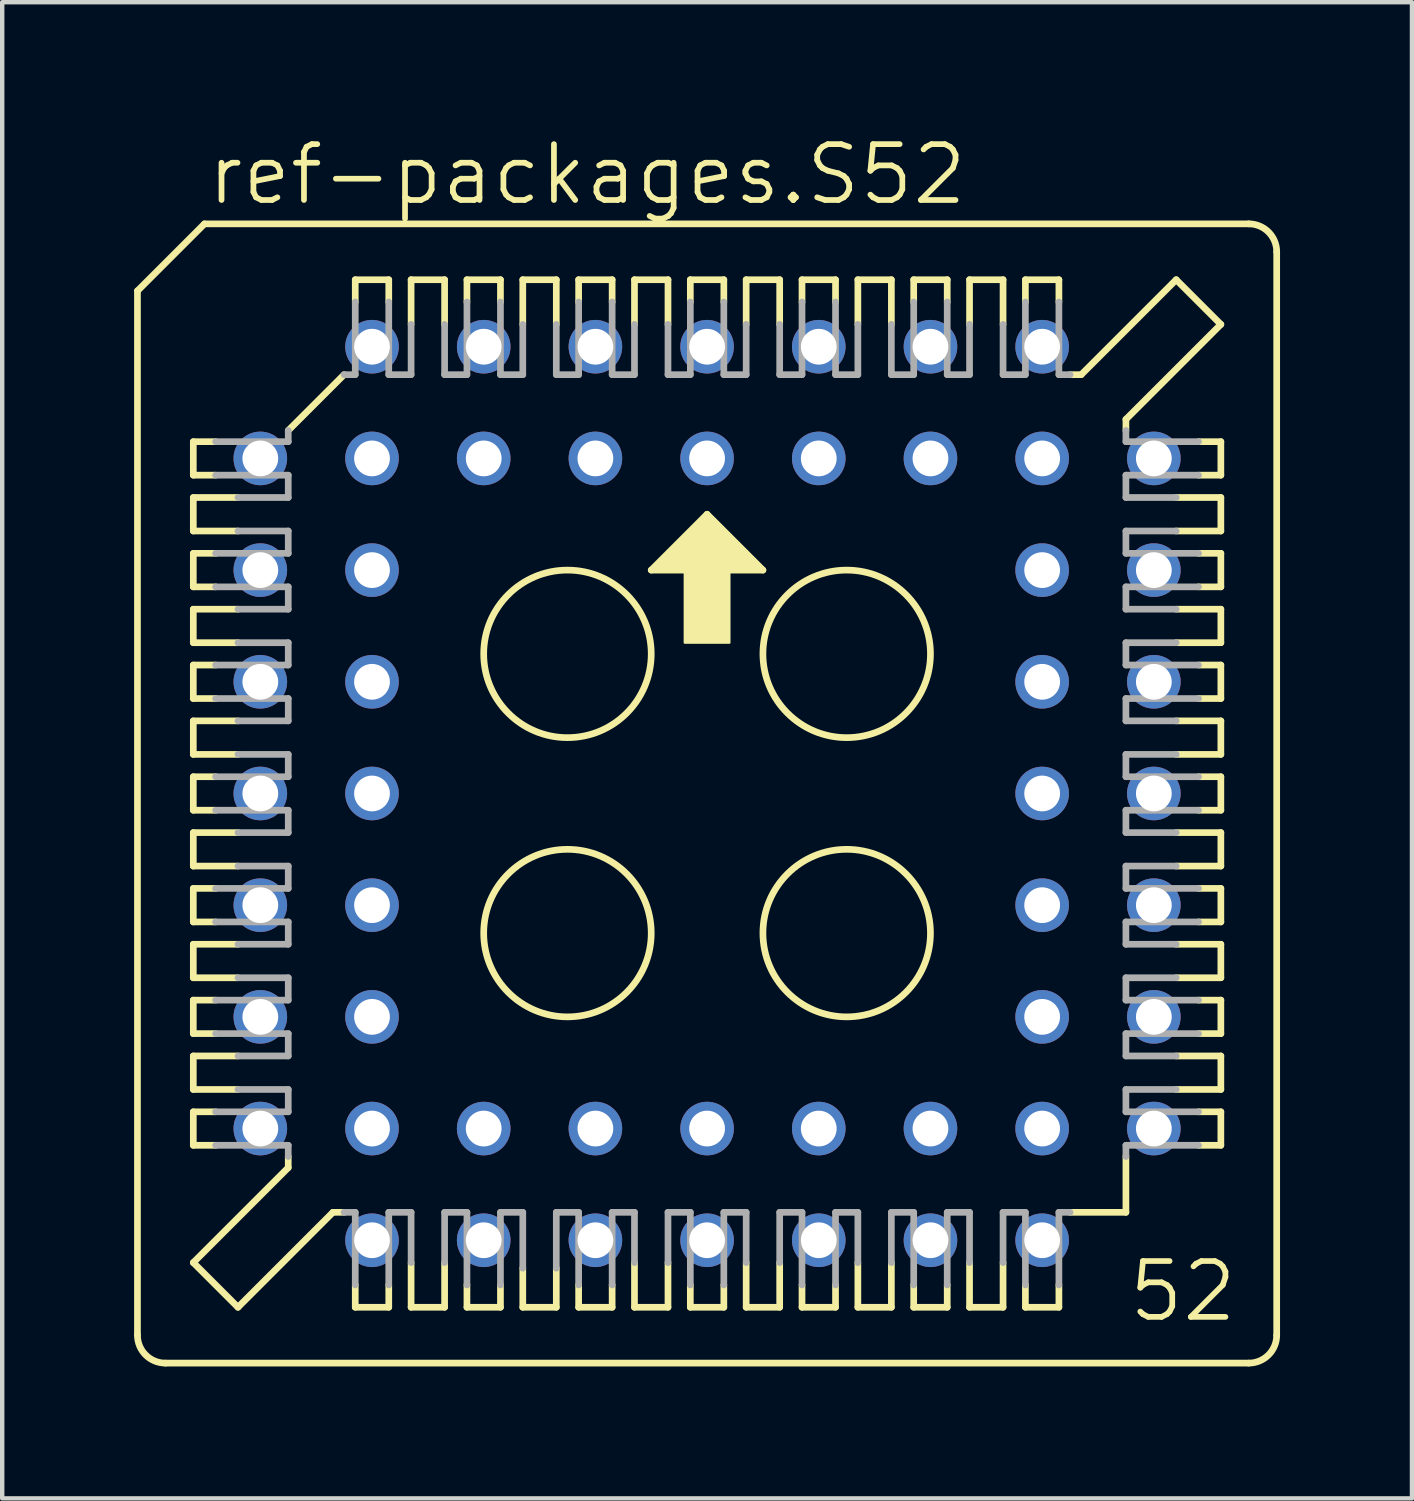
<source format=kicad_pcb>
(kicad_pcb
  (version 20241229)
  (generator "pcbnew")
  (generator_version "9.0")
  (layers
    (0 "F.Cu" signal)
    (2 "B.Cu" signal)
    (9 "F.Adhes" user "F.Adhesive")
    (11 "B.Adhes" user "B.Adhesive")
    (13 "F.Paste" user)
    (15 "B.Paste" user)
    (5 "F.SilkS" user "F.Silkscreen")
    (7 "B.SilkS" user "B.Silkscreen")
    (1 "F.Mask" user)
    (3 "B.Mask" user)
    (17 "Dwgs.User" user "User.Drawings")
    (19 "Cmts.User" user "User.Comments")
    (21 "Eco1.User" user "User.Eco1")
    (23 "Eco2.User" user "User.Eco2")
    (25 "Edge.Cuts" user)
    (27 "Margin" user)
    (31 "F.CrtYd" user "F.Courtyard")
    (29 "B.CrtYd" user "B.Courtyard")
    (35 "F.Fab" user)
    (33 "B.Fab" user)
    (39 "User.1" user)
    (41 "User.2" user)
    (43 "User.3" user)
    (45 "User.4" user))
  (footprint "ref-packages.S52"
    (layer "F.Cu")
    (at 13.03 14.995)
    (property "Reference" "ref-packages.S52" (at -11.43 -13.335 0) (layer "F.SilkS") (effects (font (size 1.27 1.27) (thickness 0.13)) (justify left bottom)))
    (attr through_hole)
    (fp_line (start -12.954 -11.43) (end -12.954 12.319) (stroke (width 0.152) (type default)) (layer "F.SilkS"))
    (fp_line (start -11.684 -8.001) (end -11.684 -7.239) (stroke (width 0.152) (type default)) (layer "F.SilkS"))
    (fp_line (start -11.684 -7.239) (end -11.176 -7.239) (stroke (width 0.152) (type default)) (layer "F.SilkS"))
    (fp_line (start -11.684 -6.731) (end -11.684 -5.969) (stroke (width 0.152) (type default)) (layer "F.SilkS"))
    (fp_line (start -11.684 -5.969) (end -10.668 -5.969) (stroke (width 0.152) (type default)) (layer "F.SilkS"))
    (fp_line (start -11.684 -5.461) (end -11.684 -4.699) (stroke (width 0.152) (type default)) (layer "F.SilkS"))
    (fp_line (start -11.684 -4.699) (end -11.176 -4.699) (stroke (width 0.152) (type default)) (layer "F.SilkS"))
    (fp_line (start -11.684 -4.191) (end -11.684 -3.429) (stroke (width 0.152) (type default)) (layer "F.SilkS"))
    (fp_line (start -11.684 -3.429) (end -10.668 -3.429) (stroke (width 0.152) (type default)) (layer "F.SilkS"))
    (fp_line (start -11.684 -2.921) (end -11.684 -2.159) (stroke (width 0.152) (type default)) (layer "F.SilkS"))
    (fp_line (start -11.684 -2.159) (end -11.176 -2.159) (stroke (width 0.152) (type default)) (layer "F.SilkS"))
    (fp_line (start -11.684 -1.651) (end -10.668 -1.651) (stroke (width 0.152) (type default)) (layer "F.SilkS"))
    (fp_line (start -11.684 -0.889) (end -11.684 -1.651) (stroke (width 0.152) (type default)) (layer "F.SilkS"))
    (fp_line (start -11.684 -0.381) (end -11.176 -0.381) (stroke (width 0.152) (type default)) (layer "F.SilkS"))
    (fp_line (start -11.684 0.381) (end -11.684 -0.381) (stroke (width 0.152) (type default)) (layer "F.SilkS"))
    (fp_line (start -11.684 0.889) (end -10.668 0.889) (stroke (width 0.152) (type default)) (layer "F.SilkS"))
    (fp_line (start -11.684 1.651) (end -11.684 0.889) (stroke (width 0.152) (type default)) (layer "F.SilkS"))
    (fp_line (start -11.684 2.159) (end -11.176 2.159) (stroke (width 0.152) (type default)) (layer "F.SilkS"))
    (fp_line (start -11.684 2.921) (end -11.684 2.159) (stroke (width 0.152) (type default)) (layer "F.SilkS"))
    (fp_line (start -11.684 3.429) (end -10.668 3.429) (stroke (width 0.152) (type default)) (layer "F.SilkS"))
    (fp_line (start -11.684 4.191) (end -11.684 3.429) (stroke (width 0.152) (type default)) (layer "F.SilkS"))
    (fp_line (start -11.684 4.699) (end -11.176 4.699) (stroke (width 0.152) (type default)) (layer "F.SilkS"))
    (fp_line (start -11.684 5.461) (end -11.684 4.699) (stroke (width 0.152) (type default)) (layer "F.SilkS"))
    (fp_line (start -11.684 5.969) (end -11.684 6.731) (stroke (width 0.152) (type default)) (layer "F.SilkS"))
    (fp_line (start -11.684 6.731) (end -10.668 6.731) (stroke (width 0.152) (type default)) (layer "F.SilkS"))
    (fp_line (start -11.684 7.239) (end -11.176 7.239) (stroke (width 0.152) (type default)) (layer "F.SilkS"))
    (fp_line (start -11.684 8.001) (end -11.684 7.239) (stroke (width 0.152) (type default)) (layer "F.SilkS"))
    (fp_line (start -11.684 10.668) (end -9.525 8.509) (stroke (width 0.152) (type default)) (layer "F.SilkS"))
    (fp_line (start -11.43 -12.954) (end -12.954 -11.43) (stroke (width 0.152) (type default)) (layer "F.SilkS"))
    (fp_line (start -11.176 -8.001) (end -11.684 -8.001) (stroke (width 0.152) (type default)) (layer "F.SilkS"))
    (fp_line (start -11.176 -5.461) (end -11.684 -5.461) (stroke (width 0.152) (type default)) (layer "F.SilkS"))
    (fp_line (start -11.176 -2.921) (end -11.684 -2.921) (stroke (width 0.152) (type default)) (layer "F.SilkS"))
    (fp_line (start -11.176 0.381) (end -11.684 0.381) (stroke (width 0.152) (type default)) (layer "F.SilkS"))
    (fp_line (start -11.176 2.921) (end -11.684 2.921) (stroke (width 0.152) (type default)) (layer "F.SilkS"))
    (fp_line (start -11.176 5.461) (end -11.684 5.461) (stroke (width 0.152) (type default)) (layer "F.SilkS"))
    (fp_line (start -11.176 8.001) (end -11.684 8.001) (stroke (width 0.152) (type default)) (layer "F.SilkS"))
    (fp_line (start -10.668 -6.731) (end -11.684 -6.731) (stroke (width 0.152) (type default)) (layer "F.SilkS"))
    (fp_line (start -10.668 -4.191) (end -11.684 -4.191) (stroke (width 0.152) (type default)) (layer "F.SilkS"))
    (fp_line (start -10.668 -0.889) (end -11.684 -0.889) (stroke (width 0.152) (type default)) (layer "F.SilkS"))
    (fp_line (start -10.668 1.651) (end -11.684 1.651) (stroke (width 0.152) (type default)) (layer "F.SilkS"))
    (fp_line (start -10.668 4.191) (end -11.684 4.191) (stroke (width 0.152) (type default)) (layer "F.SilkS"))
    (fp_line (start -10.668 5.969) (end -11.684 5.969) (stroke (width 0.152) (type default)) (layer "F.SilkS"))
    (fp_line (start -10.668 11.684) (end -11.684 10.668) (stroke (width 0.152) (type default)) (layer "F.SilkS"))
    (fp_line (start -10.668 11.684) (end -8.509 9.525) (stroke (width 0.152) (type default)) (layer "F.SilkS"))
    (fp_line (start -9.525 -8.255) (end -8.255 -9.525) (stroke (width 0.152) (type default)) (layer "F.SilkS"))
    (fp_line (start -9.525 8.509) (end -9.525 8.255) (stroke (width 0.152) (type default)) (layer "F.SilkS"))
    (fp_line (start -8.509 9.525) (end -8.255 9.525) (stroke (width 0.152) (type default)) (layer "F.SilkS"))
    (fp_line (start -8.001 -11.684) (end -8.001 -11.176) (stroke (width 0.152) (type default)) (layer "F.SilkS"))
    (fp_line (start -8.001 11.176) (end -8.001 11.684) (stroke (width 0.152) (type default)) (layer "F.SilkS"))
    (fp_line (start -8.001 11.684) (end -7.239 11.684) (stroke (width 0.152) (type default)) (layer "F.SilkS"))
    (fp_line (start -7.239 -11.684) (end -8.001 -11.684) (stroke (width 0.152) (type default)) (layer "F.SilkS"))
    (fp_line (start -7.239 -11.176) (end -7.239 -11.684) (stroke (width 0.152) (type default)) (layer "F.SilkS"))
    (fp_line (start -7.239 11.684) (end -7.239 11.176) (stroke (width 0.152) (type default)) (layer "F.SilkS"))
    (fp_line (start -6.731 -11.684) (end -6.731 -10.668) (stroke (width 0.152) (type default)) (layer "F.SilkS"))
    (fp_line (start -6.731 10.668) (end -6.731 11.684) (stroke (width 0.152) (type default)) (layer "F.SilkS"))
    (fp_line (start -6.731 11.684) (end -5.969 11.684) (stroke (width 0.152) (type default)) (layer "F.SilkS"))
    (fp_line (start -5.969 -11.684) (end -6.731 -11.684) (stroke (width 0.152) (type default)) (layer "F.SilkS"))
    (fp_line (start -5.969 -10.668) (end -5.969 -11.684) (stroke (width 0.152) (type default)) (layer "F.SilkS"))
    (fp_line (start -5.969 11.684) (end -5.969 10.668) (stroke (width 0.152) (type default)) (layer "F.SilkS"))
    (fp_line (start -5.461 -11.684) (end -5.461 -11.176) (stroke (width 0.152) (type default)) (layer "F.SilkS"))
    (fp_line (start -5.461 11.176) (end -5.461 11.684) (stroke (width 0.152) (type default)) (layer "F.SilkS"))
    (fp_line (start -5.461 11.684) (end -4.699 11.684) (stroke (width 0.152) (type default)) (layer "F.SilkS"))
    (fp_line (start -4.699 -11.684) (end -5.461 -11.684) (stroke (width 0.152) (type default)) (layer "F.SilkS"))
    (fp_line (start -4.699 -11.176) (end -4.699 -11.684) (stroke (width 0.152) (type default)) (layer "F.SilkS"))
    (fp_line (start -4.699 11.684) (end -4.699 11.176) (stroke (width 0.152) (type default)) (layer "F.SilkS"))
    (fp_line (start -4.191 -11.684) (end -4.191 -10.668) (stroke (width 0.152) (type default)) (layer "F.SilkS"))
    (fp_line (start -4.191 10.795) (end -4.191 11.684) (stroke (width 0.152) (type default)) (layer "F.SilkS"))
    (fp_line (start -4.191 11.684) (end -3.429 11.684) (stroke (width 0.152) (type default)) (layer "F.SilkS"))
    (fp_line (start -3.429 -11.684) (end -4.191 -11.684) (stroke (width 0.152) (type default)) (layer "F.SilkS"))
    (fp_line (start -3.429 -10.668) (end -3.429 -11.684) (stroke (width 0.152) (type default)) (layer "F.SilkS"))
    (fp_line (start -3.429 11.684) (end -3.429 10.795) (stroke (width 0.152) (type default)) (layer "F.SilkS"))
    (fp_line (start -2.921 -11.684) (end -2.921 -11.176) (stroke (width 0.152) (type default)) (layer "F.SilkS"))
    (fp_line (start -2.921 11.176) (end -2.921 11.684) (stroke (width 0.152) (type default)) (layer "F.SilkS"))
    (fp_line (start -2.921 11.684) (end -2.159 11.684) (stroke (width 0.152) (type default)) (layer "F.SilkS"))
    (fp_line (start -2.159 -11.684) (end -2.921 -11.684) (stroke (width 0.152) (type default)) (layer "F.SilkS"))
    (fp_line (start -2.159 -11.176) (end -2.159 -11.684) (stroke (width 0.152) (type default)) (layer "F.SilkS"))
    (fp_line (start -2.159 11.684) (end -2.159 11.176) (stroke (width 0.152) (type default)) (layer "F.SilkS"))
    (fp_line (start -1.651 -11.684) (end -1.651 -10.668) (stroke (width 0.152) (type default)) (layer "F.SilkS"))
    (fp_line (start -1.651 10.668) (end -1.651 11.684) (stroke (width 0.152) (type default)) (layer "F.SilkS"))
    (fp_line (start -1.651 11.684) (end -0.889 11.684) (stroke (width 0.152) (type default)) (layer "F.SilkS"))
    (fp_line (start -1.27 -5.08) (end 1.27 -5.08) (stroke (width 0.152) (type default)) (layer "F.SilkS"))
    (fp_line (start -0.889 -11.684) (end -1.651 -11.684) (stroke (width 0.152) (type default)) (layer "F.SilkS"))
    (fp_line (start -0.889 -10.668) (end -0.889 -11.684) (stroke (width 0.152) (type default)) (layer "F.SilkS"))
    (fp_line (start -0.889 11.684) (end -0.889 10.668) (stroke (width 0.152) (type default)) (layer "F.SilkS"))
    (fp_line (start -0.381 -11.684) (end -0.381 -11.176) (stroke (width 0.152) (type default)) (layer "F.SilkS"))
    (fp_line (start -0.381 11.176) (end -0.381 11.684) (stroke (width 0.152) (type default)) (layer "F.SilkS"))
    (fp_line (start -0.381 11.684) (end 0.381 11.684) (stroke (width 0.152) (type default)) (layer "F.SilkS"))
    (fp_line (start 0 -6.35) (end -1.27 -5.08) (stroke (width 0.152) (type default)) (layer "F.SilkS"))
    (fp_line (start 0.381 -11.684) (end -0.381 -11.684) (stroke (width 0.152) (type default)) (layer "F.SilkS"))
    (fp_line (start 0.381 -11.176) (end 0.381 -11.684) (stroke (width 0.152) (type default)) (layer "F.SilkS"))
    (fp_line (start 0.381 11.684) (end 0.381 11.176) (stroke (width 0.152) (type default)) (layer "F.SilkS"))
    (fp_line (start 0.889 -11.684) (end 0.889 -10.668) (stroke (width 0.152) (type default)) (layer "F.SilkS"))
    (fp_line (start 0.889 10.668) (end 0.889 11.684) (stroke (width 0.152) (type default)) (layer "F.SilkS"))
    (fp_line (start 0.889 11.684) (end 1.651 11.684) (stroke (width 0.152) (type default)) (layer "F.SilkS"))
    (fp_line (start 1.27 -5.08) (end 0 -6.35) (stroke (width 0.152) (type default)) (layer "F.SilkS"))
    (fp_line (start 1.651 -11.684) (end 0.889 -11.684) (stroke (width 0.152) (type default)) (layer "F.SilkS"))
    (fp_line (start 1.651 -10.668) (end 1.651 -11.684) (stroke (width 0.152) (type default)) (layer "F.SilkS"))
    (fp_line (start 1.651 11.684) (end 1.651 10.668) (stroke (width 0.152) (type default)) (layer "F.SilkS"))
    (fp_line (start 2.159 -11.684) (end 2.159 -11.176) (stroke (width 0.152) (type default)) (layer "F.SilkS"))
    (fp_line (start 2.159 11.176) (end 2.159 11.684) (stroke (width 0.152) (type default)) (layer "F.SilkS"))
    (fp_line (start 2.159 11.684) (end 2.921 11.684) (stroke (width 0.152) (type default)) (layer "F.SilkS"))
    (fp_line (start 2.921 -11.684) (end 2.159 -11.684) (stroke (width 0.152) (type default)) (layer "F.SilkS"))
    (fp_line (start 2.921 -11.176) (end 2.921 -11.684) (stroke (width 0.152) (type default)) (layer "F.SilkS"))
    (fp_line (start 2.921 11.684) (end 2.921 11.176) (stroke (width 0.152) (type default)) (layer "F.SilkS"))
    (fp_line (start 3.429 -11.684) (end 3.429 -10.668) (stroke (width 0.152) (type default)) (layer "F.SilkS"))
    (fp_line (start 3.429 10.668) (end 3.429 11.684) (stroke (width 0.152) (type default)) (layer "F.SilkS"))
    (fp_line (start 3.429 11.684) (end 4.191 11.684) (stroke (width 0.152) (type default)) (layer "F.SilkS"))
    (fp_line (start 4.191 -11.684) (end 3.429 -11.684) (stroke (width 0.152) (type default)) (layer "F.SilkS"))
    (fp_line (start 4.191 -10.668) (end 4.191 -11.684) (stroke (width 0.152) (type default)) (layer "F.SilkS"))
    (fp_line (start 4.191 11.684) (end 4.191 10.668) (stroke (width 0.152) (type default)) (layer "F.SilkS"))
    (fp_line (start 4.699 -11.684) (end 4.699 -11.176) (stroke (width 0.152) (type default)) (layer "F.SilkS"))
    (fp_line (start 4.699 11.176) (end 4.699 11.684) (stroke (width 0.152) (type default)) (layer "F.SilkS"))
    (fp_line (start 4.699 11.684) (end 5.461 11.684) (stroke (width 0.152) (type default)) (layer "F.SilkS"))
    (fp_line (start 5.461 -11.684) (end 4.699 -11.684) (stroke (width 0.152) (type default)) (layer "F.SilkS"))
    (fp_line (start 5.461 -11.176) (end 5.461 -11.684) (stroke (width 0.152) (type default)) (layer "F.SilkS"))
    (fp_line (start 5.461 11.684) (end 5.461 11.176) (stroke (width 0.152) (type default)) (layer "F.SilkS"))
    (fp_line (start 5.969 -11.684) (end 5.969 -10.668) (stroke (width 0.152) (type default)) (layer "F.SilkS"))
    (fp_line (start 5.969 10.668) (end 5.969 11.684) (stroke (width 0.152) (type default)) (layer "F.SilkS"))
    (fp_line (start 5.969 11.684) (end 6.731 11.684) (stroke (width 0.152) (type default)) (layer "F.SilkS"))
    (fp_line (start 6.731 -11.684) (end 5.969 -11.684) (stroke (width 0.152) (type default)) (layer "F.SilkS"))
    (fp_line (start 6.731 -10.668) (end 6.731 -11.684) (stroke (width 0.152) (type default)) (layer "F.SilkS"))
    (fp_line (start 6.731 11.684) (end 6.731 10.668) (stroke (width 0.152) (type default)) (layer "F.SilkS"))
    (fp_line (start 7.239 -11.684) (end 7.239 -11.176) (stroke (width 0.152) (type default)) (layer "F.SilkS"))
    (fp_line (start 7.239 11.176) (end 7.239 11.684) (stroke (width 0.152) (type default)) (layer "F.SilkS"))
    (fp_line (start 7.239 11.684) (end 8.001 11.684) (stroke (width 0.152) (type default)) (layer "F.SilkS"))
    (fp_line (start 8.001 -11.684) (end 7.239 -11.684) (stroke (width 0.152) (type default)) (layer "F.SilkS"))
    (fp_line (start 8.001 -11.176) (end 8.001 -11.684) (stroke (width 0.152) (type default)) (layer "F.SilkS"))
    (fp_line (start 8.001 11.684) (end 8.001 11.176) (stroke (width 0.152) (type default)) (layer "F.SilkS"))
    (fp_line (start 8.255 9.525) (end 9.525 9.525) (stroke (width 0.152) (type default)) (layer "F.SilkS"))
    (fp_line (start 8.509 -9.525) (end 8.255 -9.525) (stroke (width 0.152) (type default)) (layer "F.SilkS"))
    (fp_line (start 9.525 -8.509) (end 9.525 -8.255) (stroke (width 0.152) (type default)) (layer "F.SilkS"))
    (fp_line (start 9.525 9.525) (end 9.525 8.255) (stroke (width 0.152) (type default)) (layer "F.SilkS"))
    (fp_line (start 10.668 -11.684) (end 8.509 -9.525) (stroke (width 0.152) (type default)) (layer "F.SilkS"))
    (fp_line (start 10.668 -5.969) (end 11.684 -5.969) (stroke (width 0.152) (type default)) (layer "F.SilkS"))
    (fp_line (start 10.668 -4.191) (end 11.684 -4.191) (stroke (width 0.152) (type default)) (layer "F.SilkS"))
    (fp_line (start 10.668 -1.651) (end 11.684 -1.651) (stroke (width 0.152) (type default)) (layer "F.SilkS"))
    (fp_line (start 10.668 0.889) (end 11.684 0.889) (stroke (width 0.152) (type default)) (layer "F.SilkS"))
    (fp_line (start 10.668 4.191) (end 11.684 4.191) (stroke (width 0.152) (type default)) (layer "F.SilkS"))
    (fp_line (start 10.668 6.731) (end 11.684 6.731) (stroke (width 0.152) (type default)) (layer "F.SilkS"))
    (fp_line (start 11.176 -8.001) (end 11.684 -8.001) (stroke (width 0.152) (type default)) (layer "F.SilkS"))
    (fp_line (start 11.176 -5.461) (end 11.684 -5.461) (stroke (width 0.152) (type default)) (layer "F.SilkS"))
    (fp_line (start 11.176 -2.921) (end 11.684 -2.921) (stroke (width 0.152) (type default)) (layer "F.SilkS"))
    (fp_line (start 11.176 -0.381) (end 11.684 -0.381) (stroke (width 0.152) (type default)) (layer "F.SilkS"))
    (fp_line (start 11.176 2.921) (end 11.684 2.921) (stroke (width 0.152) (type default)) (layer "F.SilkS"))
    (fp_line (start 11.176 5.461) (end 11.684 5.461) (stroke (width 0.152) (type default)) (layer "F.SilkS"))
    (fp_line (start 11.176 8.001) (end 11.684 8.001) (stroke (width 0.152) (type default)) (layer "F.SilkS"))
    (fp_line (start 11.684 -10.668) (end 9.525 -8.509) (stroke (width 0.152) (type default)) (layer "F.SilkS"))
    (fp_line (start 11.684 -10.668) (end 10.668 -11.684) (stroke (width 0.152) (type default)) (layer "F.SilkS"))
    (fp_line (start 11.684 -8.001) (end 11.684 -7.239) (stroke (width 0.152) (type default)) (layer "F.SilkS"))
    (fp_line (start 11.684 -7.239) (end 11.176 -7.239) (stroke (width 0.152) (type default)) (layer "F.SilkS"))
    (fp_line (start 11.684 -6.731) (end 10.668 -6.731) (stroke (width 0.152) (type default)) (layer "F.SilkS"))
    (fp_line (start 11.684 -5.969) (end 11.684 -6.731) (stroke (width 0.152) (type default)) (layer "F.SilkS"))
    (fp_line (start 11.684 -5.461) (end 11.684 -4.699) (stroke (width 0.152) (type default)) (layer "F.SilkS"))
    (fp_line (start 11.684 -4.699) (end 11.176 -4.699) (stroke (width 0.152) (type default)) (layer "F.SilkS"))
    (fp_line (start 11.684 -4.191) (end 11.684 -3.429) (stroke (width 0.152) (type default)) (layer "F.SilkS"))
    (fp_line (start 11.684 -3.429) (end 10.668 -3.429) (stroke (width 0.152) (type default)) (layer "F.SilkS"))
    (fp_line (start 11.684 -2.921) (end 11.684 -2.159) (stroke (width 0.152) (type default)) (layer "F.SilkS"))
    (fp_line (start 11.684 -2.159) (end 11.176 -2.159) (stroke (width 0.152) (type default)) (layer "F.SilkS"))
    (fp_line (start 11.684 -1.651) (end 11.684 -0.889) (stroke (width 0.152) (type default)) (layer "F.SilkS"))
    (fp_line (start 11.684 -0.889) (end 10.668 -0.889) (stroke (width 0.152) (type default)) (layer "F.SilkS"))
    (fp_line (start 11.684 -0.381) (end 11.684 0.381) (stroke (width 0.152) (type default)) (layer "F.SilkS"))
    (fp_line (start 11.684 0.381) (end 11.176 0.381) (stroke (width 0.152) (type default)) (layer "F.SilkS"))
    (fp_line (start 11.684 0.889) (end 11.684 1.651) (stroke (width 0.152) (type default)) (layer "F.SilkS"))
    (fp_line (start 11.684 1.651) (end 10.668 1.651) (stroke (width 0.152) (type default)) (layer "F.SilkS"))
    (fp_line (start 11.684 2.159) (end 11.176 2.159) (stroke (width 0.152) (type default)) (layer "F.SilkS"))
    (fp_line (start 11.684 2.921) (end 11.684 2.159) (stroke (width 0.152) (type default)) (layer "F.SilkS"))
    (fp_line (start 11.684 3.429) (end 10.668 3.429) (stroke (width 0.152) (type default)) (layer "F.SilkS"))
    (fp_line (start 11.684 4.191) (end 11.684 3.429) (stroke (width 0.152) (type default)) (layer "F.SilkS"))
    (fp_line (start 11.684 4.699) (end 11.176 4.699) (stroke (width 0.152) (type default)) (layer "F.SilkS"))
    (fp_line (start 11.684 5.461) (end 11.684 4.699) (stroke (width 0.152) (type default)) (layer "F.SilkS"))
    (fp_line (start 11.684 5.969) (end 10.668 5.969) (stroke (width 0.152) (type default)) (layer "F.SilkS"))
    (fp_line (start 11.684 6.731) (end 11.684 5.969) (stroke (width 0.152) (type default)) (layer "F.SilkS"))
    (fp_line (start 11.684 7.239) (end 11.176 7.239) (stroke (width 0.152) (type default)) (layer "F.SilkS"))
    (fp_line (start 11.684 8.001) (end 11.684 7.239) (stroke (width 0.152) (type default)) (layer "F.SilkS"))
    (fp_line (start 12.319 -12.954) (end -11.43 -12.954) (stroke (width 0.152) (type default)) (layer "F.SilkS"))
    (fp_line (start 12.319 12.954) (end -12.319 12.954) (stroke (width 0.152) (type default)) (layer "F.SilkS"))
    (fp_line (start 12.954 -12.319) (end 12.954 12.319) (stroke (width 0.152) (type default)) (layer "F.SilkS"))
    (fp_rect (start -1.143 -5.08) (end -0.889 -5.207) (stroke (width 0.05) (type default)) (fill yes) (layer "F.SilkS"))
    (fp_rect (start -1.016 -5.207) (end -0.889 -5.334) (stroke (width 0.05) (type default)) (fill yes) (layer "F.SilkS"))
    (fp_rect (start -0.889 -5.08) (end 0.889 -5.461) (stroke (width 0.05) (type default)) (fill yes) (layer "F.SilkS"))
    (fp_rect (start -0.762 -5.461) (end -0.635 -5.588) (stroke (width 0.05) (type default)) (fill yes) (layer "F.SilkS"))
    (fp_rect (start -0.635 -5.461) (end 0.635 -5.715) (stroke (width 0.05) (type default)) (fill yes) (layer "F.SilkS"))
    (fp_rect (start -0.508 -5.715) (end -0.381 -5.842) (stroke (width 0.05) (type default)) (fill yes) (layer "F.SilkS"))
    (fp_rect (start -0.508 -3.429) (end 0.508 -5.334) (stroke (width 0.05) (type default)) (fill yes) (layer "F.SilkS"))
    (fp_rect (start -0.381 -5.715) (end 0.381 -5.969) (stroke (width 0.05) (type default)) (fill yes) (layer "F.SilkS"))
    (fp_rect (start -0.254 -5.969) (end -0.127 -6.096) (stroke (width 0.05) (type default)) (fill yes) (layer "F.SilkS"))
    (fp_rect (start -0.127 -5.969) (end 0.127 -6.223) (stroke (width 0.05) (type default)) (fill yes) (layer "F.SilkS"))
    (fp_rect (start 0.127 -5.969) (end 0.254 -6.096) (stroke (width 0.05) (type default)) (fill yes) (layer "F.SilkS"))
    (fp_rect (start 0.381 -5.715) (end 0.508 -5.842) (stroke (width 0.05) (type default)) (fill yes) (layer "F.SilkS"))
    (fp_rect (start 0.635 -5.461) (end 0.762 -5.588) (stroke (width 0.05) (type default)) (fill yes) (layer "F.SilkS"))
    (fp_rect (start 0.889 -5.207) (end 1.016 -5.334) (stroke (width 0.05) (type default)) (fill yes) (layer "F.SilkS"))
    (fp_rect (start 0.889 -5.08) (end 1.143 -5.207) (stroke (width 0.05) (type default)) (fill yes) (layer "F.SilkS"))
    (fp_arc (start -12.319 12.954) (mid -12.768013 12.768013) (end -12.954 12.319) (stroke (width 0.1524) (type default)) (layer "F.SilkS"))
    (fp_arc (start 12.319 -12.954) (mid 12.768013 -12.768013) (end 12.954 -12.319) (stroke (width 0.1524) (type default)) (layer "F.SilkS"))
    (fp_arc (start 12.954 12.319) (mid 12.768013 12.768013) (end 12.319 12.954) (stroke (width 0.1524) (type default)) (layer "F.SilkS"))
    (fp_circle (center -3.175 -3.175) (end -1.27 -3.175) (stroke (width 0.152) (type default)) (fill no) (layer "F.SilkS"))
    (fp_circle (center -3.175 3.175) (end -1.27 3.175) (stroke (width 0.152) (type default)) (fill no) (layer "F.SilkS"))
    (fp_circle (center 3.175 -3.175) (end 5.08 -3.175) (stroke (width 0.152) (type default)) (fill no) (layer "F.SilkS"))
    (fp_circle (center 3.175 3.175) (end 5.08 3.175) (stroke (width 0.152) (type default)) (fill no) (layer "F.SilkS"))
    (fp_line (start -11.176 -8.001) (end -9.525 -8.001) (stroke (width 0.152) (type default)) (layer "F.Fab"))
    (fp_line (start -11.176 -5.461) (end -9.525 -5.461) (stroke (width 0.152) (type default)) (layer "F.Fab"))
    (fp_line (start -11.176 -2.921) (end -9.525 -2.921) (stroke (width 0.152) (type default)) (layer "F.Fab"))
    (fp_line (start -11.176 0.381) (end -9.525 0.381) (stroke (width 0.152) (type default)) (layer "F.Fab"))
    (fp_line (start -11.176 2.921) (end -9.525 2.921) (stroke (width 0.152) (type default)) (layer "F.Fab"))
    (fp_line (start -11.176 5.461) (end -9.525 5.461) (stroke (width 0.152) (type default)) (layer "F.Fab"))
    (fp_line (start -11.176 8.001) (end -9.525 8.001) (stroke (width 0.152) (type default)) (layer "F.Fab"))
    (fp_line (start -10.668 -6.731) (end -9.525 -6.731) (stroke (width 0.152) (type default)) (layer "F.Fab"))
    (fp_line (start -10.668 -4.191) (end -9.525 -4.191) (stroke (width 0.152) (type default)) (layer "F.Fab"))
    (fp_line (start -10.668 -0.889) (end -9.525 -0.889) (stroke (width 0.152) (type default)) (layer "F.Fab"))
    (fp_line (start -10.668 1.651) (end -9.525 1.651) (stroke (width 0.152) (type default)) (layer "F.Fab"))
    (fp_line (start -10.668 4.191) (end -9.525 4.191) (stroke (width 0.152) (type default)) (layer "F.Fab"))
    (fp_line (start -10.668 5.969) (end -9.525 5.969) (stroke (width 0.152) (type default)) (layer "F.Fab"))
    (fp_line (start -9.525 -8.001) (end -9.525 -8.255) (stroke (width 0.152) (type default)) (layer "F.Fab"))
    (fp_line (start -9.525 -7.239) (end -11.176 -7.239) (stroke (width 0.152) (type default)) (layer "F.Fab"))
    (fp_line (start -9.525 -7.239) (end -9.525 -6.731) (stroke (width 0.152) (type default)) (layer "F.Fab"))
    (fp_line (start -9.525 -5.969) (end -10.668 -5.969) (stroke (width 0.152) (type default)) (layer "F.Fab"))
    (fp_line (start -9.525 -5.969) (end -9.525 -5.461) (stroke (width 0.152) (type default)) (layer "F.Fab"))
    (fp_line (start -9.525 -4.699) (end -11.176 -4.699) (stroke (width 0.152) (type default)) (layer "F.Fab"))
    (fp_line (start -9.525 -4.699) (end -9.525 -4.191) (stroke (width 0.152) (type default)) (layer "F.Fab"))
    (fp_line (start -9.525 -3.429) (end -10.668 -3.429) (stroke (width 0.152) (type default)) (layer "F.Fab"))
    (fp_line (start -9.525 -3.429) (end -9.525 -2.921) (stroke (width 0.152) (type default)) (layer "F.Fab"))
    (fp_line (start -9.525 -2.159) (end -11.176 -2.159) (stroke (width 0.152) (type default)) (layer "F.Fab"))
    (fp_line (start -9.525 -2.159) (end -9.525 -1.651) (stroke (width 0.152) (type default)) (layer "F.Fab"))
    (fp_line (start -9.525 -1.651) (end -10.668 -1.651) (stroke (width 0.152) (type default)) (layer "F.Fab"))
    (fp_line (start -9.525 -0.381) (end -11.176 -0.381) (stroke (width 0.152) (type default)) (layer "F.Fab"))
    (fp_line (start -9.525 -0.381) (end -9.525 -0.889) (stroke (width 0.152) (type default)) (layer "F.Fab"))
    (fp_line (start -9.525 0.889) (end -10.668 0.889) (stroke (width 0.152) (type default)) (layer "F.Fab"))
    (fp_line (start -9.525 0.889) (end -9.525 0.381) (stroke (width 0.152) (type default)) (layer "F.Fab"))
    (fp_line (start -9.525 2.159) (end -11.176 2.159) (stroke (width 0.152) (type default)) (layer "F.Fab"))
    (fp_line (start -9.525 2.159) (end -9.525 1.651) (stroke (width 0.152) (type default)) (layer "F.Fab"))
    (fp_line (start -9.525 3.429) (end -10.668 3.429) (stroke (width 0.152) (type default)) (layer "F.Fab"))
    (fp_line (start -9.525 3.429) (end -9.525 2.921) (stroke (width 0.152) (type default)) (layer "F.Fab"))
    (fp_line (start -9.525 4.699) (end -11.176 4.699) (stroke (width 0.152) (type default)) (layer "F.Fab"))
    (fp_line (start -9.525 4.699) (end -9.525 4.191) (stroke (width 0.152) (type default)) (layer "F.Fab"))
    (fp_line (start -9.525 5.461) (end -9.525 5.969) (stroke (width 0.152) (type default)) (layer "F.Fab"))
    (fp_line (start -9.525 6.731) (end -10.668 6.731) (stroke (width 0.152) (type default)) (layer "F.Fab"))
    (fp_line (start -9.525 6.731) (end -9.525 7.239) (stroke (width 0.152) (type default)) (layer "F.Fab"))
    (fp_line (start -9.525 7.239) (end -11.176 7.239) (stroke (width 0.152) (type default)) (layer "F.Fab"))
    (fp_line (start -9.525 8.001) (end -9.525 8.255) (stroke (width 0.152) (type default)) (layer "F.Fab"))
    (fp_line (start -8.255 -9.525) (end -8.001 -9.525) (stroke (width 0.152) (type default)) (layer "F.Fab"))
    (fp_line (start -8.001 -9.525) (end -8.001 -11.176) (stroke (width 0.152) (type default)) (layer "F.Fab"))
    (fp_line (start -8.001 9.525) (end -8.255 9.525) (stroke (width 0.152) (type default)) (layer "F.Fab"))
    (fp_line (start -8.001 11.176) (end -8.001 9.525) (stroke (width 0.152) (type default)) (layer "F.Fab"))
    (fp_line (start -7.239 -11.176) (end -7.239 -9.525) (stroke (width 0.152) (type default)) (layer "F.Fab"))
    (fp_line (start -7.239 9.525) (end -7.239 11.176) (stroke (width 0.152) (type default)) (layer "F.Fab"))
    (fp_line (start -7.239 9.525) (end -6.731 9.525) (stroke (width 0.152) (type default)) (layer "F.Fab"))
    (fp_line (start -6.731 -9.525) (end -7.239 -9.525) (stroke (width 0.152) (type default)) (layer "F.Fab"))
    (fp_line (start -6.731 -9.525) (end -6.731 -10.668) (stroke (width 0.152) (type default)) (layer "F.Fab"))
    (fp_line (start -6.731 10.668) (end -6.731 9.525) (stroke (width 0.152) (type default)) (layer "F.Fab"))
    (fp_line (start -5.969 -10.668) (end -5.969 -9.525) (stroke (width 0.152) (type default)) (layer "F.Fab"))
    (fp_line (start -5.969 9.525) (end -5.969 10.668) (stroke (width 0.152) (type default)) (layer "F.Fab"))
    (fp_line (start -5.969 9.525) (end -5.461 9.525) (stroke (width 0.152) (type default)) (layer "F.Fab"))
    (fp_line (start -5.461 -9.525) (end -5.969 -9.525) (stroke (width 0.152) (type default)) (layer "F.Fab"))
    (fp_line (start -5.461 -9.525) (end -5.461 -11.176) (stroke (width 0.152) (type default)) (layer "F.Fab"))
    (fp_line (start -5.461 11.176) (end -5.461 9.525) (stroke (width 0.152) (type default)) (layer "F.Fab"))
    (fp_line (start -4.699 -11.176) (end -4.699 -9.525) (stroke (width 0.152) (type default)) (layer "F.Fab"))
    (fp_line (start -4.699 9.525) (end -4.699 11.176) (stroke (width 0.152) (type default)) (layer "F.Fab"))
    (fp_line (start -4.699 9.525) (end -4.191 9.525) (stroke (width 0.152) (type default)) (layer "F.Fab"))
    (fp_line (start -4.191 -9.525) (end -4.699 -9.525) (stroke (width 0.152) (type default)) (layer "F.Fab"))
    (fp_line (start -4.191 -9.525) (end -4.191 -10.668) (stroke (width 0.152) (type default)) (layer "F.Fab"))
    (fp_line (start -4.191 10.795) (end -4.191 9.525) (stroke (width 0.152) (type default)) (layer "F.Fab"))
    (fp_line (start -3.429 -10.668) (end -3.429 -9.525) (stroke (width 0.152) (type default)) (layer "F.Fab"))
    (fp_line (start -3.429 9.525) (end -3.429 10.795) (stroke (width 0.152) (type default)) (layer "F.Fab"))
    (fp_line (start -3.429 9.525) (end -2.921 9.525) (stroke (width 0.152) (type default)) (layer "F.Fab"))
    (fp_line (start -2.921 -9.525) (end -3.429 -9.525) (stroke (width 0.152) (type default)) (layer "F.Fab"))
    (fp_line (start -2.921 -9.525) (end -2.921 -11.176) (stroke (width 0.152) (type default)) (layer "F.Fab"))
    (fp_line (start -2.921 11.176) (end -2.921 9.525) (stroke (width 0.152) (type default)) (layer "F.Fab"))
    (fp_line (start -2.159 -11.176) (end -2.159 -9.525) (stroke (width 0.152) (type default)) (layer "F.Fab"))
    (fp_line (start -2.159 9.525) (end -2.159 11.176) (stroke (width 0.152) (type default)) (layer "F.Fab"))
    (fp_line (start -2.159 9.525) (end -1.651 9.525) (stroke (width 0.152) (type default)) (layer "F.Fab"))
    (fp_line (start -1.651 -9.525) (end -2.159 -9.525) (stroke (width 0.152) (type default)) (layer "F.Fab"))
    (fp_line (start -1.651 -9.525) (end -1.651 -10.668) (stroke (width 0.152) (type default)) (layer "F.Fab"))
    (fp_line (start -1.651 10.668) (end -1.651 9.525) (stroke (width 0.152) (type default)) (layer "F.Fab"))
    (fp_line (start -0.889 -10.668) (end -0.889 -9.525) (stroke (width 0.152) (type default)) (layer "F.Fab"))
    (fp_line (start -0.889 9.525) (end -0.889 10.668) (stroke (width 0.152) (type default)) (layer "F.Fab"))
    (fp_line (start -0.889 9.525) (end -0.381 9.525) (stroke (width 0.152) (type default)) (layer "F.Fab"))
    (fp_line (start -0.381 -9.525) (end -0.889 -9.525) (stroke (width 0.152) (type default)) (layer "F.Fab"))
    (fp_line (start -0.381 -9.525) (end -0.381 -11.176) (stroke (width 0.152) (type default)) (layer "F.Fab"))
    (fp_line (start -0.381 11.176) (end -0.381 9.525) (stroke (width 0.152) (type default)) (layer "F.Fab"))
    (fp_line (start 0.381 -11.176) (end 0.381 -9.525) (stroke (width 0.152) (type default)) (layer "F.Fab"))
    (fp_line (start 0.381 9.525) (end 0.381 11.176) (stroke (width 0.152) (type default)) (layer "F.Fab"))
    (fp_line (start 0.381 9.525) (end 0.889 9.525) (stroke (width 0.152) (type default)) (layer "F.Fab"))
    (fp_line (start 0.889 -9.525) (end 0.381 -9.525) (stroke (width 0.152) (type default)) (layer "F.Fab"))
    (fp_line (start 0.889 -9.525) (end 0.889 -10.668) (stroke (width 0.152) (type default)) (layer "F.Fab"))
    (fp_line (start 0.889 10.668) (end 0.889 9.525) (stroke (width 0.152) (type default)) (layer "F.Fab"))
    (fp_line (start 1.651 -10.668) (end 1.651 -9.525) (stroke (width 0.152) (type default)) (layer "F.Fab"))
    (fp_line (start 1.651 9.525) (end 1.651 10.668) (stroke (width 0.152) (type default)) (layer "F.Fab"))
    (fp_line (start 1.651 9.525) (end 2.159 9.525) (stroke (width 0.152) (type default)) (layer "F.Fab"))
    (fp_line (start 2.159 -9.525) (end 1.651 -9.525) (stroke (width 0.152) (type default)) (layer "F.Fab"))
    (fp_line (start 2.159 -9.525) (end 2.159 -11.176) (stroke (width 0.152) (type default)) (layer "F.Fab"))
    (fp_line (start 2.159 11.176) (end 2.159 9.525) (stroke (width 0.152) (type default)) (layer "F.Fab"))
    (fp_line (start 2.921 -11.176) (end 2.921 -9.525) (stroke (width 0.152) (type default)) (layer "F.Fab"))
    (fp_line (start 2.921 9.525) (end 2.921 11.176) (stroke (width 0.152) (type default)) (layer "F.Fab"))
    (fp_line (start 2.921 9.525) (end 3.429 9.525) (stroke (width 0.152) (type default)) (layer "F.Fab"))
    (fp_line (start 3.429 -9.525) (end 2.921 -9.525) (stroke (width 0.152) (type default)) (layer "F.Fab"))
    (fp_line (start 3.429 -9.525) (end 3.429 -10.668) (stroke (width 0.152) (type default)) (layer "F.Fab"))
    (fp_line (start 3.429 10.668) (end 3.429 9.525) (stroke (width 0.152) (type default)) (layer "F.Fab"))
    (fp_line (start 4.191 -10.668) (end 4.191 -9.525) (stroke (width 0.152) (type default)) (layer "F.Fab"))
    (fp_line (start 4.191 9.525) (end 4.191 10.668) (stroke (width 0.152) (type default)) (layer "F.Fab"))
    (fp_line (start 4.191 9.525) (end 4.699 9.525) (stroke (width 0.152) (type default)) (layer "F.Fab"))
    (fp_line (start 4.699 -9.525) (end 4.191 -9.525) (stroke (width 0.152) (type default)) (layer "F.Fab"))
    (fp_line (start 4.699 -9.525) (end 4.699 -11.176) (stroke (width 0.152) (type default)) (layer "F.Fab"))
    (fp_line (start 4.699 11.176) (end 4.699 9.525) (stroke (width 0.152) (type default)) (layer "F.Fab"))
    (fp_line (start 5.461 -11.176) (end 5.461 -9.525) (stroke (width 0.152) (type default)) (layer "F.Fab"))
    (fp_line (start 5.461 9.525) (end 5.461 11.176) (stroke (width 0.152) (type default)) (layer "F.Fab"))
    (fp_line (start 5.461 9.525) (end 5.969 9.525) (stroke (width 0.152) (type default)) (layer "F.Fab"))
    (fp_line (start 5.969 -9.525) (end 5.461 -9.525) (stroke (width 0.152) (type default)) (layer "F.Fab"))
    (fp_line (start 5.969 -9.525) (end 5.969 -10.668) (stroke (width 0.152) (type default)) (layer "F.Fab"))
    (fp_line (start 5.969 10.668) (end 5.969 9.525) (stroke (width 0.152) (type default)) (layer "F.Fab"))
    (fp_line (start 6.731 -10.668) (end 6.731 -9.525) (stroke (width 0.152) (type default)) (layer "F.Fab"))
    (fp_line (start 6.731 9.525) (end 6.731 10.668) (stroke (width 0.152) (type default)) (layer "F.Fab"))
    (fp_line (start 6.731 9.525) (end 7.239 9.525) (stroke (width 0.152) (type default)) (layer "F.Fab"))
    (fp_line (start 7.239 -9.525) (end 6.731 -9.525) (stroke (width 0.152) (type default)) (layer "F.Fab"))
    (fp_line (start 7.239 -9.525) (end 7.239 -11.176) (stroke (width 0.152) (type default)) (layer "F.Fab"))
    (fp_line (start 7.239 11.176) (end 7.239 9.525) (stroke (width 0.152) (type default)) (layer "F.Fab"))
    (fp_line (start 8.001 -11.176) (end 8.001 -9.525) (stroke (width 0.152) (type default)) (layer "F.Fab"))
    (fp_line (start 8.001 -9.525) (end 8.255 -9.525) (stroke (width 0.152) (type default)) (layer "F.Fab"))
    (fp_line (start 8.001 9.525) (end 8.001 11.176) (stroke (width 0.152) (type default)) (layer "F.Fab"))
    (fp_line (start 8.255 9.525) (end 8.001 9.525) (stroke (width 0.152) (type default)) (layer "F.Fab"))
    (fp_line (start 9.525 -8.001) (end 9.525 -8.255) (stroke (width 0.152) (type default)) (layer "F.Fab"))
    (fp_line (start 9.525 -7.239) (end 11.176 -7.239) (stroke (width 0.152) (type default)) (layer "F.Fab"))
    (fp_line (start 9.525 -6.731) (end 9.525 -7.239) (stroke (width 0.152) (type default)) (layer "F.Fab"))
    (fp_line (start 9.525 -6.731) (end 10.668 -6.731) (stroke (width 0.152) (type default)) (layer "F.Fab"))
    (fp_line (start 9.525 -5.461) (end 9.525 -5.969) (stroke (width 0.152) (type default)) (layer "F.Fab"))
    (fp_line (start 9.525 -4.699) (end 9.525 -4.191) (stroke (width 0.152) (type default)) (layer "F.Fab"))
    (fp_line (start 9.525 -4.699) (end 11.176 -4.699) (stroke (width 0.152) (type default)) (layer "F.Fab"))
    (fp_line (start 9.525 -3.429) (end 9.525 -2.921) (stroke (width 0.152) (type default)) (layer "F.Fab"))
    (fp_line (start 9.525 -3.429) (end 10.668 -3.429) (stroke (width 0.152) (type default)) (layer "F.Fab"))
    (fp_line (start 9.525 -2.159) (end 9.525 -1.651) (stroke (width 0.152) (type default)) (layer "F.Fab"))
    (fp_line (start 9.525 -2.159) (end 11.176 -2.159) (stroke (width 0.152) (type default)) (layer "F.Fab"))
    (fp_line (start 9.525 -0.889) (end 9.525 -0.381) (stroke (width 0.152) (type default)) (layer "F.Fab"))
    (fp_line (start 9.525 -0.889) (end 10.668 -0.889) (stroke (width 0.152) (type default)) (layer "F.Fab"))
    (fp_line (start 9.525 0.381) (end 9.525 0.889) (stroke (width 0.152) (type default)) (layer "F.Fab"))
    (fp_line (start 9.525 0.381) (end 11.176 0.381) (stroke (width 0.152) (type default)) (layer "F.Fab"))
    (fp_line (start 9.525 1.651) (end 9.525 2.159) (stroke (width 0.152) (type default)) (layer "F.Fab"))
    (fp_line (start 9.525 1.651) (end 10.668 1.651) (stroke (width 0.152) (type default)) (layer "F.Fab"))
    (fp_line (start 9.525 2.159) (end 11.176 2.159) (stroke (width 0.152) (type default)) (layer "F.Fab"))
    (fp_line (start 9.525 3.429) (end 9.525 2.921) (stroke (width 0.152) (type default)) (layer "F.Fab"))
    (fp_line (start 9.525 3.429) (end 10.668 3.429) (stroke (width 0.152) (type default)) (layer "F.Fab"))
    (fp_line (start 9.525 4.699) (end 9.525 4.191) (stroke (width 0.152) (type default)) (layer "F.Fab"))
    (fp_line (start 9.525 4.699) (end 11.176 4.699) (stroke (width 0.152) (type default)) (layer "F.Fab"))
    (fp_line (start 9.525 5.969) (end 9.525 5.461) (stroke (width 0.152) (type default)) (layer "F.Fab"))
    (fp_line (start 9.525 5.969) (end 10.668 5.969) (stroke (width 0.152) (type default)) (layer "F.Fab"))
    (fp_line (start 9.525 7.239) (end 9.525 6.731) (stroke (width 0.152) (type default)) (layer "F.Fab"))
    (fp_line (start 9.525 7.239) (end 11.176 7.239) (stroke (width 0.152) (type default)) (layer "F.Fab"))
    (fp_line (start 9.525 8.001) (end 9.525 8.255) (stroke (width 0.152) (type default)) (layer "F.Fab"))
    (fp_line (start 10.668 -5.969) (end 9.525 -5.969) (stroke (width 0.152) (type default)) (layer "F.Fab"))
    (fp_line (start 10.668 -4.191) (end 9.525 -4.191) (stroke (width 0.152) (type default)) (layer "F.Fab"))
    (fp_line (start 10.668 -1.651) (end 9.525 -1.651) (stroke (width 0.152) (type default)) (layer "F.Fab"))
    (fp_line (start 10.668 0.889) (end 9.525 0.889) (stroke (width 0.152) (type default)) (layer "F.Fab"))
    (fp_line (start 10.668 4.191) (end 9.525 4.191) (stroke (width 0.152) (type default)) (layer "F.Fab"))
    (fp_line (start 10.668 6.731) (end 9.525 6.731) (stroke (width 0.152) (type default)) (layer "F.Fab"))
    (fp_line (start 11.176 -8.001) (end 9.525 -8.001) (stroke (width 0.152) (type default)) (layer "F.Fab"))
    (fp_line (start 11.176 -5.461) (end 9.525 -5.461) (stroke (width 0.152) (type default)) (layer "F.Fab"))
    (fp_line (start 11.176 -2.921) (end 9.525 -2.921) (stroke (width 0.152) (type default)) (layer "F.Fab"))
    (fp_line (start 11.176 -0.381) (end 9.525 -0.381) (stroke (width 0.152) (type default)) (layer "F.Fab"))
    (fp_line (start 11.176 2.921) (end 9.525 2.921) (stroke (width 0.152) (type default)) (layer "F.Fab"))
    (fp_line (start 11.176 5.461) (end 9.525 5.461) (stroke (width 0.152) (type default)) (layer "F.Fab"))
    (fp_line (start 11.176 8.001) (end 9.525 8.001) (stroke (width 0.152) (type default)) (layer "F.Fab"))
    (fp_text user "52" (at 9.525 12.065 0) (layer "F.SilkS") (effects (font (size 1.27 1.27) (thickness 0.13)) (justify left bottom)))
    (pad "1" thru_hole circle (at 0 -10.16) (size 1.219 1.219) (drill 0.813) (layers "*.Cu" "*.Mask"))
    (pad "2" thru_hole circle (at 0 -7.62) (size 1.219 1.219) (drill 0.813) (layers "*.Cu" "*.Mask"))
    (pad "3" thru_hole circle (at -2.54 -10.16) (size 1.219 1.219) (drill 0.813) (layers "*.Cu" "*.Mask"))
    (pad "4" thru_hole circle (at -2.54 -7.62) (size 1.219 1.219) (drill 0.813) (layers "*.Cu" "*.Mask"))
    (pad "5" thru_hole circle (at -5.08 -10.16) (size 1.219 1.219) (drill 0.813) (layers "*.Cu" "*.Mask"))
    (pad "6" thru_hole circle (at -5.08 -7.62) (size 1.219 1.219) (drill 0.813) (layers "*.Cu" "*.Mask"))
    (pad "7" thru_hole circle (at -7.62 -10.16) (size 1.219 1.219) (drill 0.813) (layers "*.Cu" "*.Mask"))
    (pad "8" thru_hole circle (at -10.16 -7.62) (size 1.219 1.219) (drill 0.813) (layers "*.Cu" "*.Mask"))
    (pad "9" thru_hole circle (at -7.62 -7.62) (size 1.219 1.219) (drill 0.813) (layers "*.Cu" "*.Mask"))
    (pad "10" thru_hole circle (at -10.16 -5.08) (size 1.219 1.219) (drill 0.813) (layers "*.Cu" "*.Mask"))
    (pad "11" thru_hole circle (at -7.62 -5.08) (size 1.219 1.219) (drill 0.813) (layers "*.Cu" "*.Mask"))
    (pad "12" thru_hole circle (at -10.16 -2.54) (size 1.219 1.219) (drill 0.813) (layers "*.Cu" "*.Mask"))
    (pad "13" thru_hole circle (at -7.62 -2.54) (size 1.219 1.219) (drill 0.813) (layers "*.Cu" "*.Mask"))
    (pad "14" thru_hole circle (at -10.16 0) (size 1.219 1.219) (drill 0.813) (layers "*.Cu" "*.Mask"))
    (pad "15" thru_hole circle (at -7.62 0) (size 1.219 1.219) (drill 0.813) (layers "*.Cu" "*.Mask"))
    (pad "16" thru_hole circle (at -10.16 2.54) (size 1.219 1.219) (drill 0.813) (layers "*.Cu" "*.Mask"))
    (pad "17" thru_hole circle (at -7.62 2.54) (size 1.219 1.219) (drill 0.813) (layers "*.Cu" "*.Mask"))
    (pad "18" thru_hole circle (at -10.16 5.08) (size 1.219 1.219) (drill 0.813) (layers "*.Cu" "*.Mask"))
    (pad "19" thru_hole circle (at -7.62 5.08) (size 1.219 1.219) (drill 0.813) (layers "*.Cu" "*.Mask"))
    (pad "20" thru_hole circle (at -10.16 7.62) (size 1.219 1.219) (drill 0.813) (layers "*.Cu" "*.Mask"))
    (pad "21" thru_hole circle (at -7.62 10.16) (size 1.219 1.219) (drill 0.813) (layers "*.Cu" "*.Mask"))
    (pad "22" thru_hole circle (at -7.62 7.62) (size 1.219 1.219) (drill 0.813) (layers "*.Cu" "*.Mask"))
    (pad "23" thru_hole circle (at -5.08 10.16) (size 1.219 1.219) (drill 0.813) (layers "*.Cu" "*.Mask"))
    (pad "24" thru_hole circle (at -5.08 7.62) (size 1.219 1.219) (drill 0.813) (layers "*.Cu" "*.Mask"))
    (pad "25" thru_hole circle (at -2.54 10.16) (size 1.219 1.219) (drill 0.813) (layers "*.Cu" "*.Mask"))
    (pad "26" thru_hole circle (at -2.54 7.62) (size 1.219 1.219) (drill 0.813) (layers "*.Cu" "*.Mask"))
    (pad "27" thru_hole circle (at 0 10.16) (size 1.219 1.219) (drill 0.813) (layers "*.Cu" "*.Mask"))
    (pad "28" thru_hole circle (at 0 7.62) (size 1.219 1.219) (drill 0.813) (layers "*.Cu" "*.Mask"))
    (pad "29" thru_hole circle (at 2.54 10.16) (size 1.219 1.219) (drill 0.813) (layers "*.Cu" "*.Mask"))
    (pad "30" thru_hole circle (at 2.54 7.62) (size 1.219 1.219) (drill 0.813) (layers "*.Cu" "*.Mask"))
    (pad "31" thru_hole circle (at 5.08 10.16) (size 1.219 1.219) (drill 0.813) (layers "*.Cu" "*.Mask"))
    (pad "32" thru_hole circle (at 5.08 7.62) (size 1.219 1.219) (drill 0.813) (layers "*.Cu" "*.Mask"))
    (pad "33" thru_hole circle (at 7.62 10.16) (size 1.219 1.219) (drill 0.813) (layers "*.Cu" "*.Mask"))
    (pad "34" thru_hole circle (at 10.16 7.62) (size 1.219 1.219) (drill 0.813) (layers "*.Cu" "*.Mask"))
    (pad "35" thru_hole circle (at 7.62 7.62) (size 1.219 1.219) (drill 0.813) (layers "*.Cu" "*.Mask"))
    (pad "36" thru_hole circle (at 10.16 5.08) (size 1.219 1.219) (drill 0.813) (layers "*.Cu" "*.Mask"))
    (pad "37" thru_hole circle (at 7.62 5.08) (size 1.219 1.219) (drill 0.813) (layers "*.Cu" "*.Mask"))
    (pad "38" thru_hole circle (at 10.16 2.54) (size 1.219 1.219) (drill 0.813) (layers "*.Cu" "*.Mask"))
    (pad "39" thru_hole circle (at 7.62 2.54) (size 1.219 1.219) (drill 0.813) (layers "*.Cu" "*.Mask"))
    (pad "40" thru_hole circle (at 10.16 0) (size 1.219 1.219) (drill 0.813) (layers "*.Cu" "*.Mask"))
    (pad "41" thru_hole circle (at 7.62 0) (size 1.219 1.219) (drill 0.813) (layers "*.Cu" "*.Mask"))
    (pad "42" thru_hole circle (at 10.16 -2.54) (size 1.219 1.219) (drill 0.813) (layers "*.Cu" "*.Mask"))
    (pad "43" thru_hole circle (at 7.62 -2.54) (size 1.219 1.219) (drill 0.813) (layers "*.Cu" "*.Mask"))
    (pad "44" thru_hole circle (at 10.16 -5.08) (size 1.219 1.219) (drill 0.813) (layers "*.Cu" "*.Mask"))
    (pad "45" thru_hole circle (at 7.62 -5.08) (size 1.219 1.219) (drill 0.813) (layers "*.Cu" "*.Mask"))
    (pad "46" thru_hole circle (at 10.16 -7.62) (size 1.219 1.219) (drill 0.813) (layers "*.Cu" "*.Mask"))
    (pad "47" thru_hole circle (at 7.62 -10.16) (size 1.219 1.219) (drill 0.813) (layers "*.Cu" "*.Mask"))
    (pad "48" thru_hole circle (at 7.62 -7.62) (size 1.219 1.219) (drill 0.813) (layers "*.Cu" "*.Mask"))
    (pad "49" thru_hole circle (at 5.08 -10.16) (size 1.219 1.219) (drill 0.813) (layers "*.Cu" "*.Mask"))
    (pad "50" thru_hole circle (at 5.08 -7.62) (size 1.219 1.219) (drill 0.813) (layers "*.Cu" "*.Mask"))
    (pad "51" thru_hole circle (at 2.54 -10.16) (size 1.219 1.219) (drill 0.813) (layers "*.Cu" "*.Mask"))
    (pad "52" thru_hole circle (at 2.54 -7.62) (size 1.219 1.219) (drill 0.813) (layers "*.Cu" "*.Mask")))
  (gr_rect
    (start -3 -3)
    (end 29.06 31.025)
    (stroke (width 0.1) (type default))
    (fill no)
    (layer "Edge.Cuts")))
</source>
